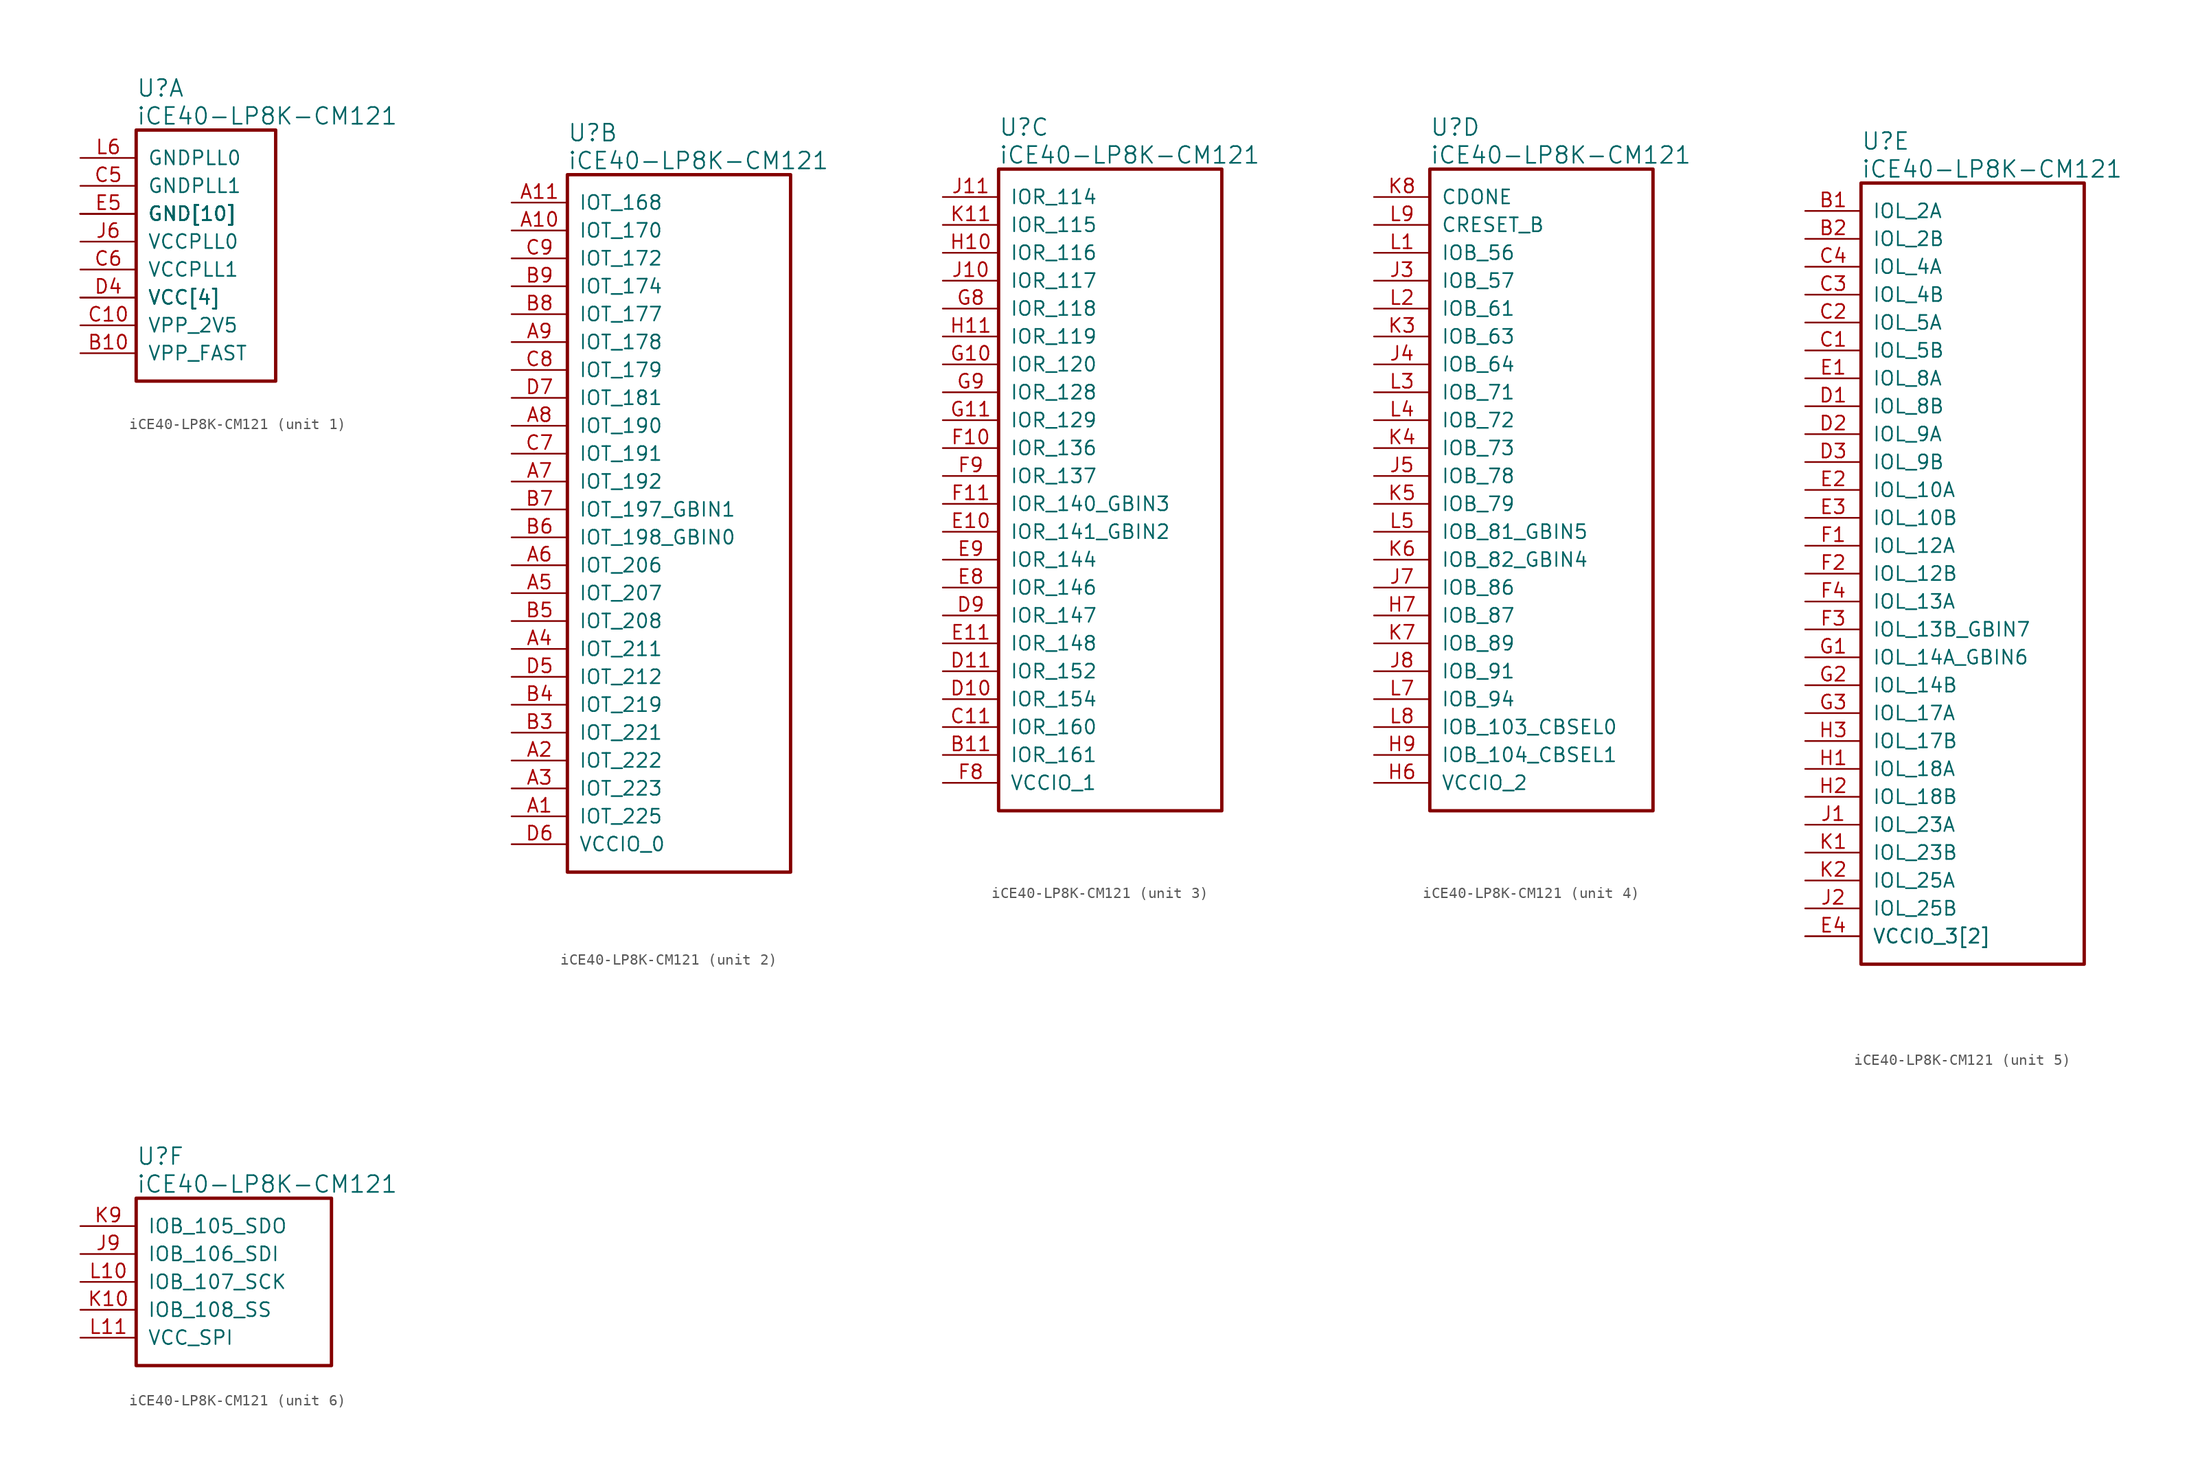
<source format=kicad_sym>
(kicad_symbol_lib
  (version 20241209)
  (generator "kicad_symbol_editor")
  (generator_version "9.0")
  (symbol "iCE40-LP8K-CM121"
    (pin_names
      (offset 1.016))
    (property "Reference" "U"
      (at 5.08 6.35 0)
      (effects (font (size 1.524 1.524)) (justify left)))
    (property "Value" "iCE40-LP8K-CM121"
      (at 5.08 3.81 0)
      (effects (font (size 1.524 1.524)) (justify left)))
    (property "ki_locked" ""
      (at 0 0 0)
      (effects (font (size 1.27 1.27))))
    (symbol "iCE40-LP8K-CM121_1_1"
      (rectangle (start 5.08 2.54) (end 17.78 -20.32) (stroke (width 0.305) (type solid)) (fill (type none)))
      (pin power_in line (at 0 0 0) (length 5.08) (name "GNDPLL0" (effects (font (size 1.27 1.27)))) (number "L6" (effects (font (size 1.27 1.27)))))
      (pin power_in line (at 0 -2.54 0) (length 5.08) (name "GNDPLL1" (effects (font (size 1.27 1.27)))) (number "C5" (effects (font (size 1.27 1.27)))))
      (pin power_in line (at 0 -5.08 0) (length 5.08) (name "GND[10]" (effects (font (size 1.27 1.27)))) (number "E5" (effects (font (size 1.27 1.27)))))
      (pin power_in line (at 0 -5.08 0) (length 5.08) (name "GND[10]" (effects (font (size 1.27 1.27)))) (number "E6" (effects (font (size 0 0)))))
      (pin power_in line (at 0 -5.08 0) (length 5.08) (name "GND[10]" (effects (font (size 1.27 1.27)))) (number "E7" (effects (font (size 0 0)))))
      (pin power_in line (at 0 -5.08 0) (length 5.08) (name "GND[10]" (effects (font (size 1.27 1.27)))) (number "F5" (effects (font (size 0 0)))))
      (pin power_in line (at 0 -5.08 0) (length 5.08) (name "GND[10]" (effects (font (size 1.27 1.27)))) (number "F6" (effects (font (size 0 0)))))
      (pin power_in line (at 0 -5.08 0) (length 5.08) (name "GND[10]" (effects (font (size 1.27 1.27)))) (number "F7" (effects (font (size 0 0)))))
      (pin power_in line (at 0 -5.08 0) (length 5.08) (name "GND[10]" (effects (font (size 1.27 1.27)))) (number "G5" (effects (font (size 0 0)))))
      (pin power_in line (at 0 -5.08 0) (length 5.08) (name "GND[10]" (effects (font (size 1.27 1.27)))) (number "G6" (effects (font (size 0 0)))))
      (pin power_in line (at 0 -5.08 0) (length 5.08) (name "GND[10]" (effects (font (size 1.27 1.27)))) (number "G7" (effects (font (size 0 0)))))
      (pin power_in line (at 0 -5.08 0) (length 5.08) (name "GND[10]" (effects (font (size 1.27 1.27)))) (number "H5" (effects (font (size 0 0)))))
      (pin power_in line (at 0 -7.62 0) (length 5.08) (name "VCCPLL0" (effects (font (size 1.27 1.27)))) (number "J6" (effects (font (size 1.27 1.27)))))
      (pin power_in line (at 0 -10.16 0) (length 5.08) (name "VCCPLL1" (effects (font (size 1.27 1.27)))) (number "C6" (effects (font (size 1.27 1.27)))))
      (pin power_in line (at 0 -12.7 0) (length 5.08) (name "VCC[4]" (effects (font (size 1.27 1.27)))) (number "D4" (effects (font (size 1.27 1.27)))))
      (pin power_in line (at 0 -12.7 0) (length 5.08) (name "VCC[4]" (effects (font (size 1.27 1.27)))) (number "D8" (effects (font (size 0 0)))))
      (pin power_in line (at 0 -12.7 0) (length 5.08) (name "VCC[4]" (effects (font (size 1.27 1.27)))) (number "H4" (effects (font (size 0 0)))))
      (pin power_in line (at 0 -12.7 0) (length 5.08) (name "VCC[4]" (effects (font (size 1.27 1.27)))) (number "H8" (effects (font (size 0 0)))))
      (pin power_in line (at 0 -15.24 0) (length 5.08) (name "VPP_2V5" (effects (font (size 1.27 1.27)))) (number "C10" (effects (font (size 1.27 1.27)))))
      (pin power_in line (at 0 -17.78 0) (length 5.08) (name "VPP_FAST" (effects (font (size 1.27 1.27)))) (number "B10" (effects (font (size 1.27 1.27))))))
    (symbol "iCE40-LP8K-CM121_2_1"
      (rectangle (start 5.08 2.54) (end 25.4 -60.96) (stroke (width 0.305) (type solid)) (fill (type none)))
      (pin bidirectional line (at 0 0 0) (length 5.08) (name "IOT_168" (effects (font (size 1.27 1.27)))) (number "A11" (effects (font (size 1.27 1.27)))))
      (pin bidirectional line (at 0 -2.54 0) (length 5.08) (name "IOT_170" (effects (font (size 1.27 1.27)))) (number "A10" (effects (font (size 1.27 1.27)))))
      (pin bidirectional line (at 0 -5.08 0) (length 5.08) (name "IOT_172" (effects (font (size 1.27 1.27)))) (number "C9" (effects (font (size 1.27 1.27)))))
      (pin bidirectional line (at 0 -7.62 0) (length 5.08) (name "IOT_174" (effects (font (size 1.27 1.27)))) (number "B9" (effects (font (size 1.27 1.27)))))
      (pin bidirectional line (at 0 -10.16 0) (length 5.08) (name "IOT_177" (effects (font (size 1.27 1.27)))) (number "B8" (effects (font (size 1.27 1.27)))))
      (pin bidirectional line (at 0 -12.7 0) (length 5.08) (name "IOT_178" (effects (font (size 1.27 1.27)))) (number "A9" (effects (font (size 1.27 1.27)))))
      (pin bidirectional line (at 0 -15.24 0) (length 5.08) (name "IOT_179" (effects (font (size 1.27 1.27)))) (number "C8" (effects (font (size 1.27 1.27)))))
      (pin bidirectional line (at 0 -17.78 0) (length 5.08) (name "IOT_181" (effects (font (size 1.27 1.27)))) (number "D7" (effects (font (size 1.27 1.27)))))
      (pin bidirectional line (at 0 -20.32 0) (length 5.08) (name "IOT_190" (effects (font (size 1.27 1.27)))) (number "A8" (effects (font (size 1.27 1.27)))))
      (pin bidirectional line (at 0 -22.86 0) (length 5.08) (name "IOT_191" (effects (font (size 1.27 1.27)))) (number "C7" (effects (font (size 1.27 1.27)))))
      (pin bidirectional line (at 0 -25.4 0) (length 5.08) (name "IOT_192" (effects (font (size 1.27 1.27)))) (number "A7" (effects (font (size 1.27 1.27)))))
      (pin bidirectional line (at 0 -27.94 0) (length 5.08) (name "IOT_197_GBIN1" (effects (font (size 1.27 1.27)))) (number "B7" (effects (font (size 1.27 1.27)))))
      (pin bidirectional line (at 0 -30.48 0) (length 5.08) (name "IOT_198_GBIN0" (effects (font (size 1.27 1.27)))) (number "B6" (effects (font (size 1.27 1.27)))))
      (pin bidirectional line (at 0 -33.02 0) (length 5.08) (name "IOT_206" (effects (font (size 1.27 1.27)))) (number "A6" (effects (font (size 1.27 1.27)))))
      (pin bidirectional line (at 0 -35.56 0) (length 5.08) (name "IOT_207" (effects (font (size 1.27 1.27)))) (number "A5" (effects (font (size 1.27 1.27)))))
      (pin bidirectional line (at 0 -38.1 0) (length 5.08) (name "IOT_208" (effects (font (size 1.27 1.27)))) (number "B5" (effects (font (size 1.27 1.27)))))
      (pin bidirectional line (at 0 -40.64 0) (length 5.08) (name "IOT_211" (effects (font (size 1.27 1.27)))) (number "A4" (effects (font (size 1.27 1.27)))))
      (pin bidirectional line (at 0 -43.18 0) (length 5.08) (name "IOT_212" (effects (font (size 1.27 1.27)))) (number "D5" (effects (font (size 1.27 1.27)))))
      (pin bidirectional line (at 0 -45.72 0) (length 5.08) (name "IOT_219" (effects (font (size 1.27 1.27)))) (number "B4" (effects (font (size 1.27 1.27)))))
      (pin bidirectional line (at 0 -48.26 0) (length 5.08) (name "IOT_221" (effects (font (size 1.27 1.27)))) (number "B3" (effects (font (size 1.27 1.27)))))
      (pin bidirectional line (at 0 -50.8 0) (length 5.08) (name "IOT_222" (effects (font (size 1.27 1.27)))) (number "A2" (effects (font (size 1.27 1.27)))))
      (pin bidirectional line (at 0 -53.34 0) (length 5.08) (name "IOT_223" (effects (font (size 1.27 1.27)))) (number "A3" (effects (font (size 1.27 1.27)))))
      (pin bidirectional line (at 0 -55.88 0) (length 5.08) (name "IOT_225" (effects (font (size 1.27 1.27)))) (number "A1" (effects (font (size 1.27 1.27)))))
      (pin power_in line (at 0 -58.42 0) (length 5.08) (name "VCCIO_0" (effects (font (size 1.27 1.27)))) (number "D6" (effects (font (size 1.27 1.27))))))
    (symbol "iCE40-LP8K-CM121_3_1"
      (rectangle (start 5.08 2.54) (end 25.4 -55.88) (stroke (width 0.305) (type solid)) (fill (type none)))
      (pin bidirectional line (at 0 0 0) (length 5.08) (name "IOR_114" (effects (font (size 1.27 1.27)))) (number "J11" (effects (font (size 1.27 1.27)))))
      (pin bidirectional line (at 0 -2.54 0) (length 5.08) (name "IOR_115" (effects (font (size 1.27 1.27)))) (number "K11" (effects (font (size 1.27 1.27)))))
      (pin bidirectional line (at 0 -5.08 0) (length 5.08) (name "IOR_116" (effects (font (size 1.27 1.27)))) (number "H10" (effects (font (size 1.27 1.27)))))
      (pin bidirectional line (at 0 -7.62 0) (length 5.08) (name "IOR_117" (effects (font (size 1.27 1.27)))) (number "J10" (effects (font (size 1.27 1.27)))))
      (pin bidirectional line (at 0 -10.16 0) (length 5.08) (name "IOR_118" (effects (font (size 1.27 1.27)))) (number "G8" (effects (font (size 1.27 1.27)))))
      (pin bidirectional line (at 0 -12.7 0) (length 5.08) (name "IOR_119" (effects (font (size 1.27 1.27)))) (number "H11" (effects (font (size 1.27 1.27)))))
      (pin bidirectional line (at 0 -15.24 0) (length 5.08) (name "IOR_120" (effects (font (size 1.27 1.27)))) (number "G10" (effects (font (size 1.27 1.27)))))
      (pin bidirectional line (at 0 -17.78 0) (length 5.08) (name "IOR_128" (effects (font (size 1.27 1.27)))) (number "G9" (effects (font (size 1.27 1.27)))))
      (pin bidirectional line (at 0 -20.32 0) (length 5.08) (name "IOR_129" (effects (font (size 1.27 1.27)))) (number "G11" (effects (font (size 1.27 1.27)))))
      (pin bidirectional line (at 0 -22.86 0) (length 5.08) (name "IOR_136" (effects (font (size 1.27 1.27)))) (number "F10" (effects (font (size 1.27 1.27)))))
      (pin bidirectional line (at 0 -25.4 0) (length 5.08) (name "IOR_137" (effects (font (size 1.27 1.27)))) (number "F9" (effects (font (size 1.27 1.27)))))
      (pin bidirectional line (at 0 -27.94 0) (length 5.08) (name "IOR_140_GBIN3" (effects (font (size 1.27 1.27)))) (number "F11" (effects (font (size 1.27 1.27)))))
      (pin bidirectional line (at 0 -30.48 0) (length 5.08) (name "IOR_141_GBIN2" (effects (font (size 1.27 1.27)))) (number "E10" (effects (font (size 1.27 1.27)))))
      (pin bidirectional line (at 0 -33.02 0) (length 5.08) (name "IOR_144" (effects (font (size 1.27 1.27)))) (number "E9" (effects (font (size 1.27 1.27)))))
      (pin bidirectional line (at 0 -35.56 0) (length 5.08) (name "IOR_146" (effects (font (size 1.27 1.27)))) (number "E8" (effects (font (size 1.27 1.27)))))
      (pin bidirectional line (at 0 -38.1 0) (length 5.08) (name "IOR_147" (effects (font (size 1.27 1.27)))) (number "D9" (effects (font (size 1.27 1.27)))))
      (pin bidirectional line (at 0 -40.64 0) (length 5.08) (name "IOR_148" (effects (font (size 1.27 1.27)))) (number "E11" (effects (font (size 1.27 1.27)))))
      (pin bidirectional line (at 0 -43.18 0) (length 5.08) (name "IOR_152" (effects (font (size 1.27 1.27)))) (number "D11" (effects (font (size 1.27 1.27)))))
      (pin bidirectional line (at 0 -45.72 0) (length 5.08) (name "IOR_154" (effects (font (size 1.27 1.27)))) (number "D10" (effects (font (size 1.27 1.27)))))
      (pin bidirectional line (at 0 -48.26 0) (length 5.08) (name "IOR_160" (effects (font (size 1.27 1.27)))) (number "C11" (effects (font (size 1.27 1.27)))))
      (pin bidirectional line (at 0 -50.8 0) (length 5.08) (name "IOR_161" (effects (font (size 1.27 1.27)))) (number "B11" (effects (font (size 1.27 1.27)))))
      (pin power_in line (at 0 -53.34 0) (length 5.08) (name "VCCIO_1" (effects (font (size 1.27 1.27)))) (number "F8" (effects (font (size 1.27 1.27))))))
    (symbol "iCE40-LP8K-CM121_4_1"
      (rectangle (start 5.08 2.54) (end 25.4 -55.88) (stroke (width 0.305) (type solid)) (fill (type none)))
      (pin output line (at 0 0 0) (length 5.08) (name "CDONE" (effects (font (size 1.27 1.27)))) (number "K8" (effects (font (size 1.27 1.27)))))
      (pin input line (at 0 -2.54 0) (length 5.08) (name "CRESET_B" (effects (font (size 1.27 1.27)))) (number "L9" (effects (font (size 1.27 1.27)))))
      (pin bidirectional line (at 0 -5.08 0) (length 5.08) (name "IOB_56" (effects (font (size 1.27 1.27)))) (number "L1" (effects (font (size 1.27 1.27)))))
      (pin bidirectional line (at 0 -7.62 0) (length 5.08) (name "IOB_57" (effects (font (size 1.27 1.27)))) (number "J3" (effects (font (size 1.27 1.27)))))
      (pin bidirectional line (at 0 -10.16 0) (length 5.08) (name "IOB_61" (effects (font (size 1.27 1.27)))) (number "L2" (effects (font (size 1.27 1.27)))))
      (pin bidirectional line (at 0 -12.7 0) (length 5.08) (name "IOB_63" (effects (font (size 1.27 1.27)))) (number "K3" (effects (font (size 1.27 1.27)))))
      (pin bidirectional line (at 0 -15.24 0) (length 5.08) (name "IOB_64" (effects (font (size 1.27 1.27)))) (number "J4" (effects (font (size 1.27 1.27)))))
      (pin bidirectional line (at 0 -17.78 0) (length 5.08) (name "IOB_71" (effects (font (size 1.27 1.27)))) (number "L3" (effects (font (size 1.27 1.27)))))
      (pin bidirectional line (at 0 -20.32 0) (length 5.08) (name "IOB_72" (effects (font (size 1.27 1.27)))) (number "L4" (effects (font (size 1.27 1.27)))))
      (pin bidirectional line (at 0 -22.86 0) (length 5.08) (name "IOB_73" (effects (font (size 1.27 1.27)))) (number "K4" (effects (font (size 1.27 1.27)))))
      (pin bidirectional line (at 0 -25.4 0) (length 5.08) (name "IOB_78" (effects (font (size 1.27 1.27)))) (number "J5" (effects (font (size 1.27 1.27)))))
      (pin bidirectional line (at 0 -27.94 0) (length 5.08) (name "IOB_79" (effects (font (size 1.27 1.27)))) (number "K5" (effects (font (size 1.27 1.27)))))
      (pin bidirectional line (at 0 -30.48 0) (length 5.08) (name "IOB_81_GBIN5" (effects (font (size 1.27 1.27)))) (number "L5" (effects (font (size 1.27 1.27)))))
      (pin bidirectional line (at 0 -33.02 0) (length 5.08) (name "IOB_82_GBIN4" (effects (font (size 1.27 1.27)))) (number "K6" (effects (font (size 1.27 1.27)))))
      (pin bidirectional line (at 0 -35.56 0) (length 5.08) (name "IOB_86" (effects (font (size 1.27 1.27)))) (number "J7" (effects (font (size 1.27 1.27)))))
      (pin bidirectional line (at 0 -38.1 0) (length 5.08) (name "IOB_87" (effects (font (size 1.27 1.27)))) (number "H7" (effects (font (size 1.27 1.27)))))
      (pin bidirectional line (at 0 -40.64 0) (length 5.08) (name "IOB_89" (effects (font (size 1.27 1.27)))) (number "K7" (effects (font (size 1.27 1.27)))))
      (pin bidirectional line (at 0 -43.18 0) (length 5.08) (name "IOB_91" (effects (font (size 1.27 1.27)))) (number "J8" (effects (font (size 1.27 1.27)))))
      (pin bidirectional line (at 0 -45.72 0) (length 5.08) (name "IOB_94" (effects (font (size 1.27 1.27)))) (number "L7" (effects (font (size 1.27 1.27)))))
      (pin bidirectional line (at 0 -48.26 0) (length 5.08) (name "IOB_103_CBSEL0" (effects (font (size 1.27 1.27)))) (number "L8" (effects (font (size 1.27 1.27)))))
      (pin bidirectional line (at 0 -50.8 0) (length 5.08) (name "IOB_104_CBSEL1" (effects (font (size 1.27 1.27)))) (number "H9" (effects (font (size 1.27 1.27)))))
      (pin power_in line (at 0 -53.34 0) (length 5.08) (name "VCCIO_2" (effects (font (size 1.27 1.27)))) (number "H6" (effects (font (size 1.27 1.27))))))
    (symbol "iCE40-LP8K-CM121_5_1"
      (rectangle (start 5.08 2.54) (end 25.4 -68.58) (stroke (width 0.305) (type solid)) (fill (type none)))
      (pin bidirectional line (at 0 0 0) (length 5.08) (name "IOL_2A" (effects (font (size 1.27 1.27)))) (number "B1" (effects (font (size 1.27 1.27)))))
      (pin bidirectional line (at 0 -2.54 0) (length 5.08) (name "IOL_2B" (effects (font (size 1.27 1.27)))) (number "B2" (effects (font (size 1.27 1.27)))))
      (pin bidirectional line (at 0 -5.08 0) (length 5.08) (name "IOL_4A" (effects (font (size 1.27 1.27)))) (number "C4" (effects (font (size 1.27 1.27)))))
      (pin bidirectional line (at 0 -7.62 0) (length 5.08) (name "IOL_4B" (effects (font (size 1.27 1.27)))) (number "C3" (effects (font (size 1.27 1.27)))))
      (pin bidirectional line (at 0 -10.16 0) (length 5.08) (name "IOL_5A" (effects (font (size 1.27 1.27)))) (number "C2" (effects (font (size 1.27 1.27)))))
      (pin bidirectional line (at 0 -12.7 0) (length 5.08) (name "IOL_5B" (effects (font (size 1.27 1.27)))) (number "C1" (effects (font (size 1.27 1.27)))))
      (pin bidirectional line (at 0 -15.24 0) (length 5.08) (name "IOL_8A" (effects (font (size 1.27 1.27)))) (number "E1" (effects (font (size 1.27 1.27)))))
      (pin bidirectional line (at 0 -17.78 0) (length 5.08) (name "IOL_8B" (effects (font (size 1.27 1.27)))) (number "D1" (effects (font (size 1.27 1.27)))))
      (pin bidirectional line (at 0 -20.32 0) (length 5.08) (name "IOL_9A" (effects (font (size 1.27 1.27)))) (number "D2" (effects (font (size 1.27 1.27)))))
      (pin bidirectional line (at 0 -22.86 0) (length 5.08) (name "IOL_9B" (effects (font (size 1.27 1.27)))) (number "D3" (effects (font (size 1.27 1.27)))))
      (pin bidirectional line (at 0 -25.4 0) (length 5.08) (name "IOL_10A" (effects (font (size 1.27 1.27)))) (number "E2" (effects (font (size 1.27 1.27)))))
      (pin bidirectional line (at 0 -27.94 0) (length 5.08) (name "IOL_10B" (effects (font (size 1.27 1.27)))) (number "E3" (effects (font (size 1.27 1.27)))))
      (pin bidirectional line (at 0 -30.48 0) (length 5.08) (name "IOL_12A" (effects (font (size 1.27 1.27)))) (number "F1" (effects (font (size 1.27 1.27)))))
      (pin bidirectional line (at 0 -33.02 0) (length 5.08) (name "IOL_12B" (effects (font (size 1.27 1.27)))) (number "F2" (effects (font (size 1.27 1.27)))))
      (pin bidirectional line (at 0 -35.56 0) (length 5.08) (name "IOL_13A" (effects (font (size 1.27 1.27)))) (number "F4" (effects (font (size 1.27 1.27)))))
      (pin bidirectional line (at 0 -38.1 0) (length 5.08) (name "IOL_13B_GBIN7" (effects (font (size 1.27 1.27)))) (number "F3" (effects (font (size 1.27 1.27)))))
      (pin bidirectional line (at 0 -40.64 0) (length 5.08) (name "IOL_14A_GBIN6" (effects (font (size 1.27 1.27)))) (number "G1" (effects (font (size 1.27 1.27)))))
      (pin bidirectional line (at 0 -43.18 0) (length 5.08) (name "IOL_14B" (effects (font (size 1.27 1.27)))) (number "G2" (effects (font (size 1.27 1.27)))))
      (pin bidirectional line (at 0 -45.72 0) (length 5.08) (name "IOL_17A" (effects (font (size 1.27 1.27)))) (number "G3" (effects (font (size 1.27 1.27)))))
      (pin bidirectional line (at 0 -48.26 0) (length 5.08) (name "IOL_17B" (effects (font (size 1.27 1.27)))) (number "H3" (effects (font (size 1.27 1.27)))))
      (pin bidirectional line (at 0 -50.8 0) (length 5.08) (name "IOL_18A" (effects (font (size 1.27 1.27)))) (number "H1" (effects (font (size 1.27 1.27)))))
      (pin bidirectional line (at 0 -53.34 0) (length 5.08) (name "IOL_18B" (effects (font (size 1.27 1.27)))) (number "H2" (effects (font (size 1.27 1.27)))))
      (pin bidirectional line (at 0 -55.88 0) (length 5.08) (name "IOL_23A" (effects (font (size 1.27 1.27)))) (number "J1" (effects (font (size 1.27 1.27)))))
      (pin bidirectional line (at 0 -58.42 0) (length 5.08) (name "IOL_23B" (effects (font (size 1.27 1.27)))) (number "K1" (effects (font (size 1.27 1.27)))))
      (pin bidirectional line (at 0 -60.96 0) (length 5.08) (name "IOL_25A" (effects (font (size 1.27 1.27)))) (number "K2" (effects (font (size 1.27 1.27)))))
      (pin bidirectional line (at 0 -63.5 0) (length 5.08) (name "IOL_25B" (effects (font (size 1.27 1.27)))) (number "J2" (effects (font (size 1.27 1.27)))))
      (pin power_in line (at 0 -66.04 0) (length 5.08) (name "VCCIO_3[2]" (effects (font (size 1.27 1.27)))) (number "E4" (effects (font (size 1.27 1.27)))))
      (pin power_in line (at 0 -66.04 0) (length 5.08) (name "VCCIO_3[2]" (effects (font (size 1.27 1.27)))) (number "G4" (effects (font (size 0 0))))))
    (symbol "iCE40-LP8K-CM121_6_1"
      (rectangle (start 5.08 2.54) (end 22.86 -12.7) (stroke (width 0.305) (type solid)) (fill (type none)))
      (pin bidirectional line (at 0 0 0) (length 5.08) (name "IOB_105_SDO" (effects (font (size 1.27 1.27)))) (number "K9" (effects (font (size 1.27 1.27)))))
      (pin bidirectional line (at 0 -2.54 0) (length 5.08) (name "IOB_106_SDI" (effects (font (size 1.27 1.27)))) (number "J9" (effects (font (size 1.27 1.27)))))
      (pin bidirectional line (at 0 -5.08 0) (length 5.08) (name "IOB_107_SCK" (effects (font (size 1.27 1.27)))) (number "L10" (effects (font (size 1.27 1.27)))))
      (pin bidirectional line (at 0 -7.62 0) (length 5.08) (name "IOB_108_SS" (effects (font (size 1.27 1.27)))) (number "K10" (effects (font (size 1.27 1.27)))))
      (pin power_in line (at 0 -10.16 0) (length 5.08) (name "VCC_SPI" (effects (font (size 1.27 1.27)))) (number "L11" (effects (font (size 1.27 1.27))))))))
</source>
